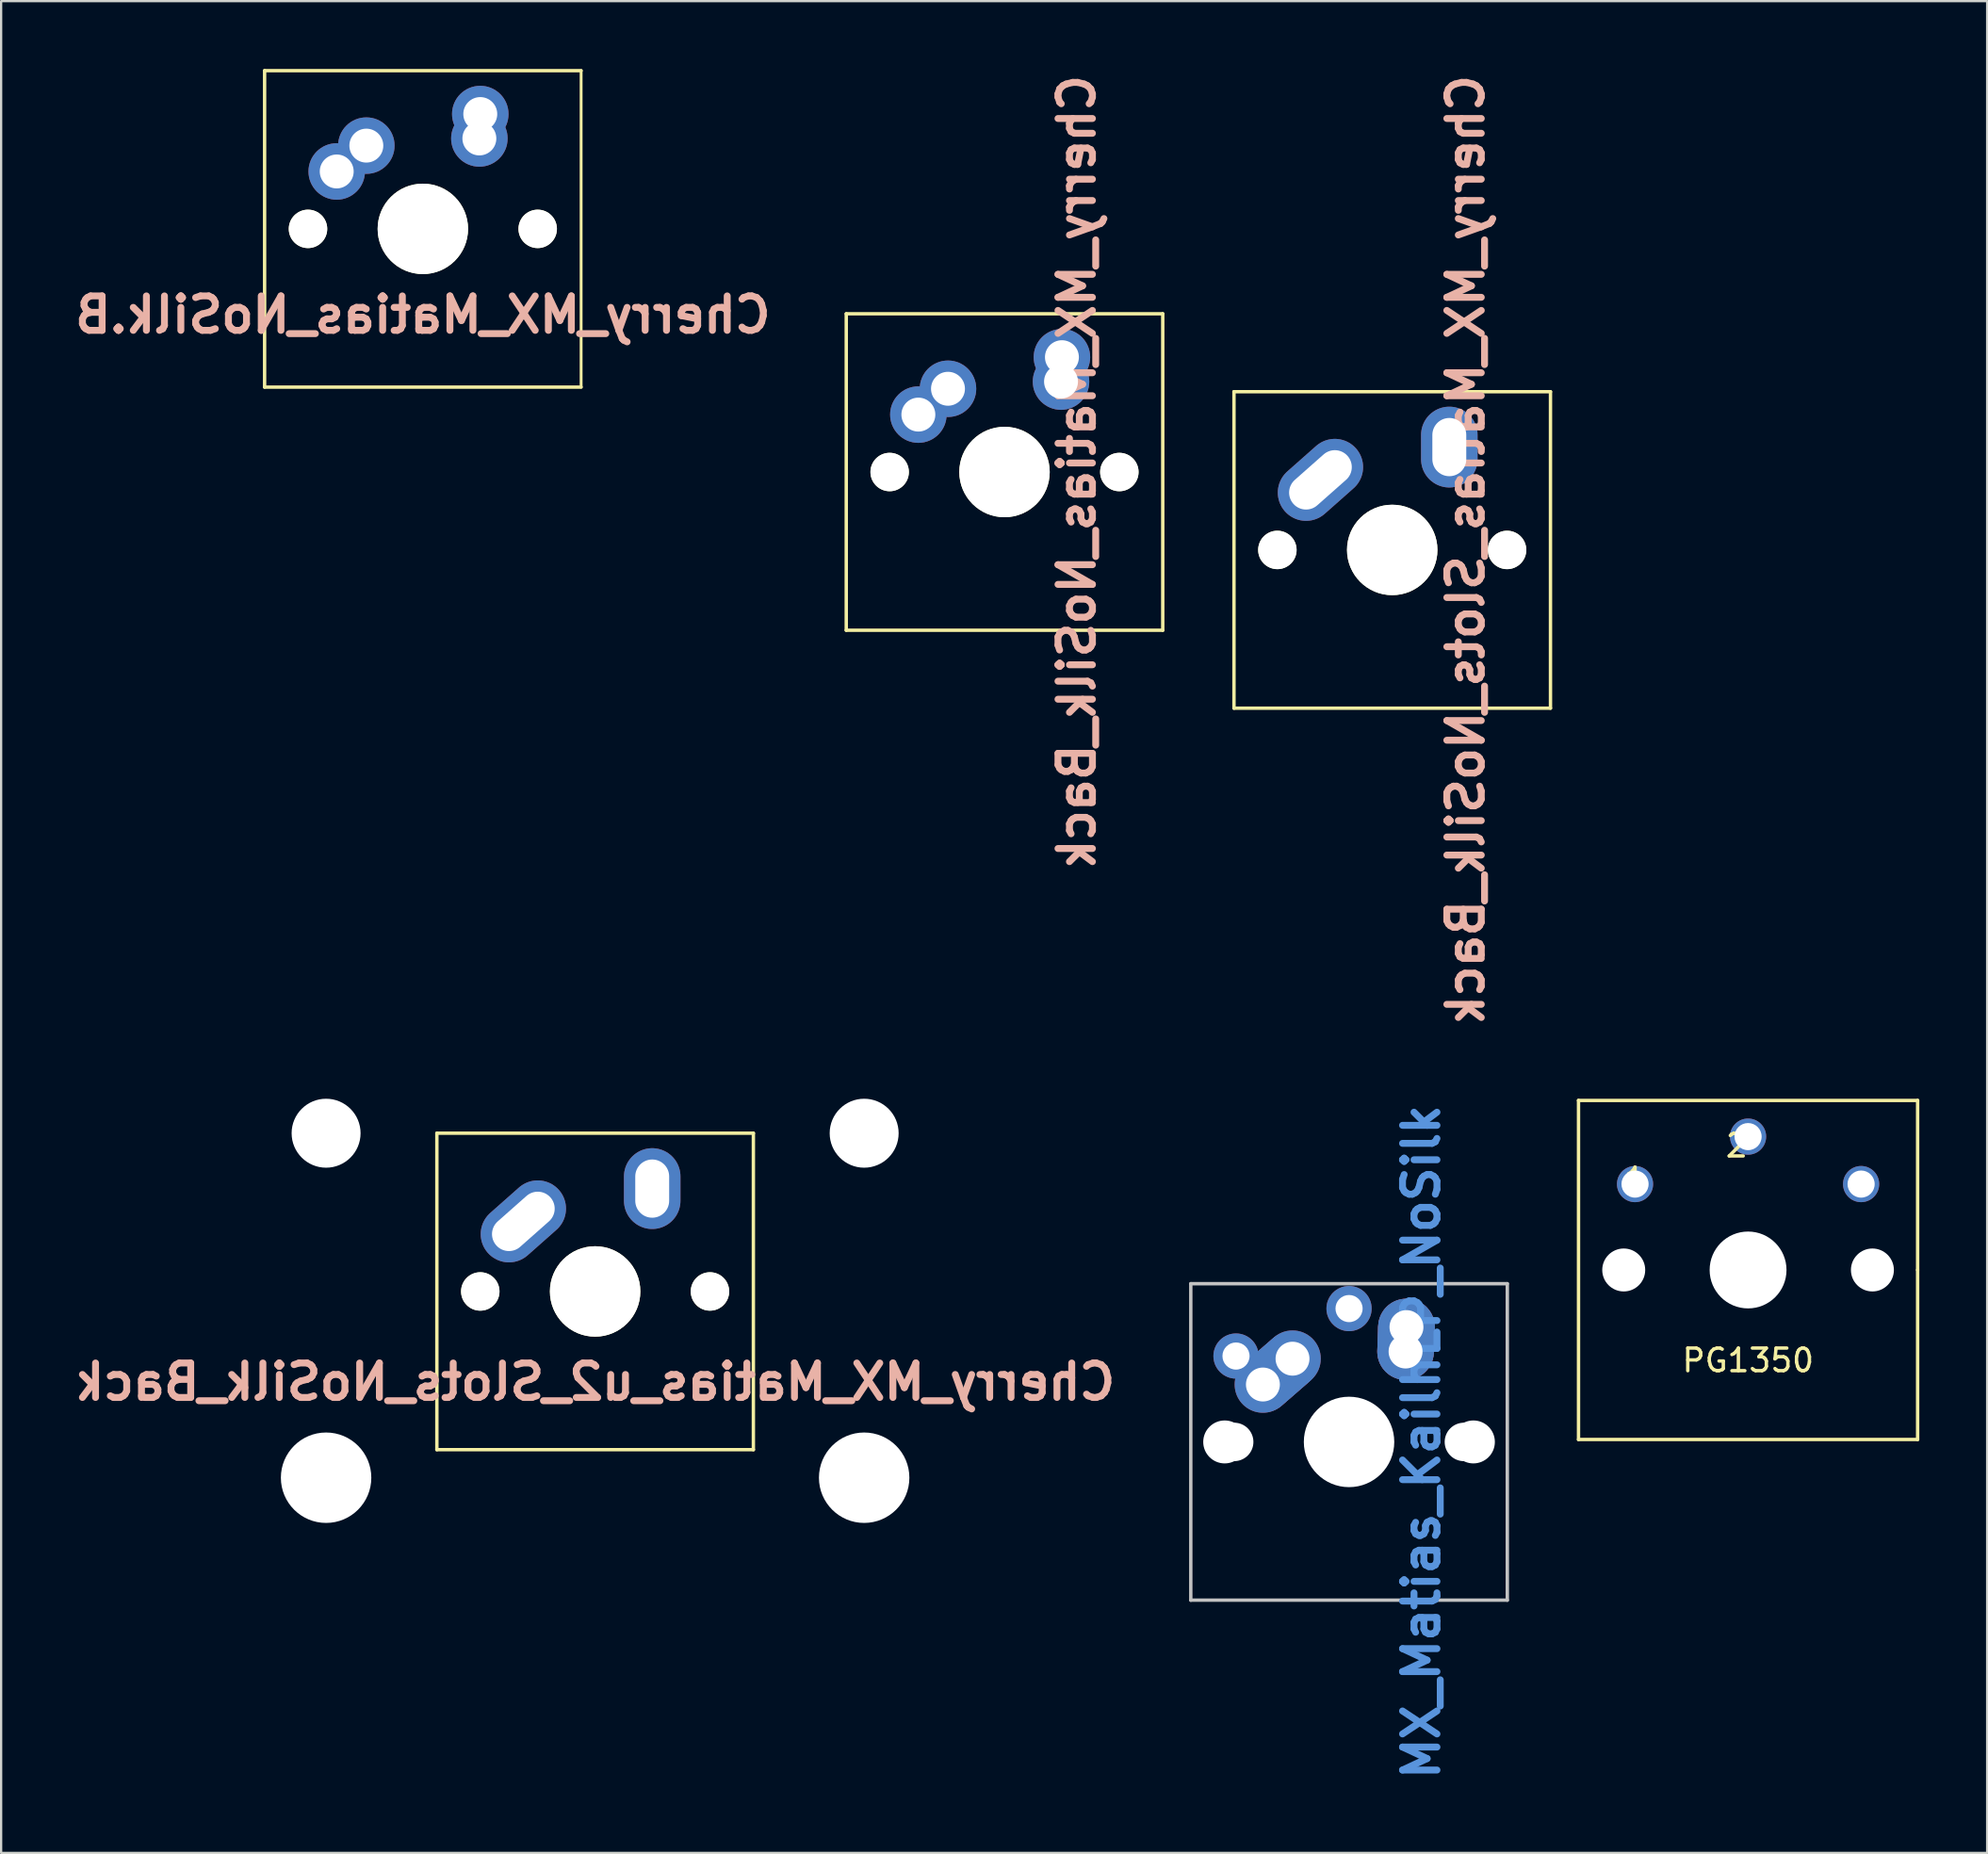
<source format=kicad_pcb>
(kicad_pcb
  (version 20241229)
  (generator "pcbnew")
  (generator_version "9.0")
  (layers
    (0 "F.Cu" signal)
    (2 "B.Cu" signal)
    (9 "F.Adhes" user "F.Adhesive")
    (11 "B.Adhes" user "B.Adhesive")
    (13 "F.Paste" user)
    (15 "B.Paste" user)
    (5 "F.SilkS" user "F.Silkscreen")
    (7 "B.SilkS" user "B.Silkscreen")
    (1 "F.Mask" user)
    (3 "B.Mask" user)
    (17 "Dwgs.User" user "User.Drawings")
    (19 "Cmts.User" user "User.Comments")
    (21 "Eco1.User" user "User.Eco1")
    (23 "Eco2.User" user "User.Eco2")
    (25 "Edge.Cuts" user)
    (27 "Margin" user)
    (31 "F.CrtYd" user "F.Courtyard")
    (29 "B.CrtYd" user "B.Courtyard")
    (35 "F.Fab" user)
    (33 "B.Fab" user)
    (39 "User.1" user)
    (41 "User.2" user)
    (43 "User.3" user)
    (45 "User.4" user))
  (footprint "Cherry_MX_Matias_NoSilk_Back"
    (layer "F.Cu")
    (at 41.382 17.831)
    (property "Reference" "Cherry_MX_Matias_NoSilk_Back" (at 3.2 0 90) (layer "B.SilkS") (effects (font (size 1.524 1.524) (thickness 0.305)) (justify mirror)))
    (attr through_hole)
    (fp_line (start -7 -7) (end 7 -7) (stroke (width 0.15) (type solid)) (layer "F.SilkS"))
    (fp_line (start -7 7) (end -7 -7) (stroke (width 0.15) (type solid)) (layer "F.SilkS"))
    (fp_line (start 7 -7) (end 7 7) (stroke (width 0.15) (type solid)) (layer "F.SilkS"))
    (fp_line (start 7 7) (end -7 7) (stroke (width 0.15) (type solid)) (layer "F.SilkS"))
    (pad "" np_thru_hole circle (at -5.08 0) (size 1.7 1.7) (drill 1.7) (layers "*.Cu" "*.Mask" "F.SilkS"))
    (pad "" np_thru_hole circle (at 0 0) (size 4 4) (drill 4) (layers "*.Cu" "*.Mask" "F.SilkS"))
    (pad "" np_thru_hole circle (at 5.08 0) (size 1.7 1.7) (drill 1.7) (layers "*.Cu" "*.Mask" "F.SilkS"))
    (pad "1" thru_hole circle (at -3.81 -2.54) (size 2.5 2.5) (drill 1.5) (layers "*.Cu" "*.Mask"))
    (pad "1" thru_hole circle (at -2.5 -3.683) (size 2.5 2.5) (drill 1.5) (layers "*.Cu" "*.Mask"))
    (pad "2" thru_hole circle (at 2.5 -4) (size 2.5 2.5) (drill 1.5) (layers "*.Cu" "*.Mask"))
    (pad "2" thru_hole circle (at 2.54 -5.08) (size 2.5 2.5) (drill 1.5) (layers "*.Cu" "*.Mask")))
  (footprint "Cherry_MX_Matias_Slots_NoSilk_Back"
    (layer "F.Cu")
    (at 58.532 21.278)
    (property "Reference" "Cherry_MX_Matias_Slots_NoSilk_Back" (at 3.25 0 90) (layer "B.SilkS") (effects (font (size 1.524 1.524) (thickness 0.305)) (justify mirror)))
    (attr through_hole)
    (fp_line (start -7 -7) (end 7 -7) (stroke (width 0.15) (type solid)) (layer "F.SilkS"))
    (fp_line (start -7 7) (end -7 -7) (stroke (width 0.15) (type solid)) (layer "F.SilkS"))
    (fp_line (start 7 -7) (end 7 7) (stroke (width 0.15) (type solid)) (layer "F.SilkS"))
    (fp_line (start 7 7) (end -7 7) (stroke (width 0.15) (type solid)) (layer "F.SilkS"))
    (pad "" np_thru_hole circle (at -5.08 0) (size 1.7 1.7) (drill 1.7) (layers "*.Cu" "*.Mask" "F.SilkS"))
    (pad "" np_thru_hole circle (at 0 0) (size 4 4) (drill 4) (layers "*.Cu" "*.Mask" "F.SilkS"))
    (pad "" np_thru_hole circle (at 5.08 0) (size 1.7 1.7) (drill 1.7) (layers "*.Cu" "*.Mask" "F.SilkS"))
    (pad "1" thru_hole oval (at -3.175 -3.1 311.5) (size 2.5 4.2) (drill oval 1.5 3.2) (layers "*.Cu" "*.Mask"))
    (pad "2" thru_hole oval (at 2.525 -4.55) (size 2.5 3.575) (drill oval 1.5 2.575) (layers "*.Cu" "*.Mask")))
  (footprint "MX_Matias_KailhLP_NoSilk"
    (layer "F.Cu")
    (at 56.622 60.738)
    (property "Reference" "MX_Matias_KailhLP_NoSilk" (at 3.2 0 90) (layer "Cmts.User") (effects (font (size 1.524 1.524) (thickness 0.305))))
    (attr through_hole)
    (fp_line (start -7 -7) (end 7 -7) (stroke (width 0.15) (type solid)) (layer "Dwgs.User"))
    (fp_line (start -7 7) (end -7 -7) (stroke (width 0.15) (type solid)) (layer "Dwgs.User"))
    (fp_line (start 7 -7) (end 7 7) (stroke (width 0.15) (type solid)) (layer "Dwgs.User"))
    (fp_line (start 7 7) (end -7 7) (stroke (width 0.15) (type solid)) (layer "Dwgs.User"))
    (pad "" np_thru_hole circle (at -5.5 0) (size 1.9 1.9) (drill 1.9) (layers "*.Cu" "*.Mask"))
    (pad "" np_thru_hole circle (at -5.08 0) (size 1.7 1.7) (drill 1.7) (layers "*.Cu" "*.Mask"))
    (pad "" np_thru_hole circle (at 0 0) (size 4 4) (drill 4) (layers "*.Cu" "*.Mask"))
    (pad "" np_thru_hole circle (at 5.08 0) (size 1.7 1.7) (drill 1.7) (layers "*.Cu" "*.Mask"))
    (pad "" np_thru_hole circle (at 5.5 0) (size 1.9 1.9) (drill 1.9) (layers "*.Cu" "*.Mask"))
    (pad "1" thru_hole circle (at -5 -3.8 311) (size 2 2) (drill 1.2) (layers "*.Cu" "*.Mask"))
    (pad "1" thru_hole oval (at -3.81 -2.54 311) (size 2.5 4.1) (drill 1.5 (offset 0 -0.8)) (layers "*.Cu" "*.Mask"))
    (pad "1" smd oval (at -3.18 -3.09 311) (size 2.5 4.1) (layers "F.Cu" "F.Mask"))
    (pad "1" smd oval (at -3.18 -3.09 311) (size 2.5 4.1) (layers "F.Mask" "B.Cu"))
    (pad "1" thru_hole circle (at -2.5 -3.683) (size 2.5 2.5) (drill 1.5) (layers "*.Cu" "*.Mask"))
    (pad "1" thru_hole circle (at 0 -5.9 311) (size 2 2) (drill 1.2) (layers "*.Cu" "*.Mask"))
    (pad "2" thru_hole oval (at 2.5 -4 358) (size 2.5 3.5) (drill 1.5 (offset 0 -0.5)) (layers "*.Cu" "*.Mask"))
    (pad "2" smd oval (at 2.52 -4.54 358) (size 2.5 3.6) (layers "F.Cu" "F.Mask"))
    (pad "2" smd oval (at 2.52 -4.54 358) (size 2.5 3.6) (layers "F.Mask" "B.Cu"))
    (pad "2" thru_hole circle (at 2.54 -5.08) (size 2.5 2.5) (drill 1.5) (layers "*.Cu" "*.Mask")))
  (footprint "Cherry_MX_Matias_u2_Slots_NoSilk_Back"
    (layer "F.Cu")
    (at 23.274 54.081)
    (property "Reference" "Cherry_MX_Matias_u2_Slots_NoSilk_Back" (at 0 4 180) (layer "B.SilkS") (effects (font (size 1.524 1.524) (thickness 0.305)) (justify mirror)))
    (attr through_hole)
    (fp_line (start -7 -7) (end 7 -7) (stroke (width 0.15) (type solid)) (layer "F.SilkS"))
    (fp_line (start -7 7) (end -7 -7) (stroke (width 0.15) (type solid)) (layer "F.SilkS"))
    (fp_line (start 7 -7) (end 7 7) (stroke (width 0.15) (type solid)) (layer "F.SilkS"))
    (fp_line (start 7 7) (end -7 7) (stroke (width 0.15) (type solid)) (layer "F.SilkS"))
    (pad "" np_thru_hole circle (at -11.9 -7) (size 3.05 3.05) (drill 3.05) (layers "*.Cu" "*.Mask"))
    (pad "" np_thru_hole circle (at -11.9 8.24) (size 4 4) (drill 4) (layers "*.Cu" "*.Mask"))
    (pad "" np_thru_hole circle (at -5.08 0) (size 1.7 1.7) (drill 1.7) (layers "*.Cu" "*.Mask" "F.SilkS"))
    (pad "" np_thru_hole circle (at 0 0) (size 4 4) (drill 4) (layers "*.Cu" "*.Mask" "F.SilkS"))
    (pad "" np_thru_hole circle (at 5.08 0) (size 1.7 1.7) (drill 1.7) (layers "*.Cu" "*.Mask" "F.SilkS"))
    (pad "" np_thru_hole circle (at 11.9 -7) (size 3.05 3.05) (drill 3.05) (layers "*.Cu" "*.Mask"))
    (pad "" np_thru_hole circle (at 11.9 8.24) (size 4 4) (drill 4) (layers "*.Cu" "*.Mask"))
    (pad "1" thru_hole oval (at -3.175 -3.1 311.5) (size 2.5 4.2) (drill oval 1.5 3.2) (layers "*.Cu" "*.Mask"))
    (pad "2" thru_hole oval (at 2.525 -4.55) (size 2.5 3.575) (drill oval 1.5 2.575) (layers "*.Cu" "*.Mask")))
  (footprint "Cherry_MX_Matias_NoSilk.B"
    (layer "F.Cu")
    (at 15.654 7.075)
    (property "Reference" "Cherry_MX_Matias_NoSilk.B" (at 0 3.8 180) (layer "B.SilkS") (effects (font (size 1.524 1.524) (thickness 0.305)) (justify mirror)))
    (attr through_hole)
    (fp_line (start -7 -7) (end 7 -7) (stroke (width 0.15) (type solid)) (layer "F.SilkS"))
    (fp_line (start -7 7) (end -7 -7) (stroke (width 0.15) (type solid)) (layer "F.SilkS"))
    (fp_line (start 7 7) (end -7 7) (stroke (width 0.15) (type solid)) (layer "F.SilkS"))
    (fp_line (start 7 7) (end 7 -7) (stroke (width 0.127) (type solid)) (layer "F.SilkS"))
    (pad "" np_thru_hole circle (at -5.08 0) (size 1.7 1.7) (drill 1.7) (layers "*.Cu" "*.Mask" "F.SilkS"))
    (pad "" np_thru_hole circle (at 0 0) (size 4 4) (drill 4) (layers "*.Cu" "*.Mask" "F.SilkS"))
    (pad "" np_thru_hole circle (at 5.08 0) (size 1.7 1.7) (drill 1.7) (layers "*.Cu" "*.Mask" "F.SilkS"))
    (pad "1" thru_hole circle (at -3.81 -2.54) (size 2.5 2.5) (drill 1.5) (layers "*.Cu" "*.Mask"))
    (pad "1" thru_hole circle (at -2.5 -3.683) (size 2.5 2.5) (drill 1.5) (layers "*.Cu" "*.Mask"))
    (pad "2" thru_hole circle (at 2.5 -4) (size 2.5 2.5) (drill 1.5) (layers "*.Cu" "*.Mask"))
    (pad "2" thru_hole circle (at 2.54 -5.08) (size 2.5 2.5) (drill 1.5) (layers "*.Cu" "*.Mask")))
  (footprint "PG1350"
    (layer "F.Cu")
    (at 74.272 53.131)
    (property "Reference" "PG1350" (at 0 4 0) (layer "F.SilkS") (effects (font (size 1 1) (thickness 0.15))))
    (attr through_hole)
    (fp_line (start -7.5 -7.5) (end -7.5 7.5) (stroke (width 0.15) (type solid)) (layer "F.SilkS"))
    (fp_line (start -7.5 7.5) (end 7.5 7.5) (stroke (width 0.15) (type solid)) (layer "F.SilkS"))
    (fp_line (start 7.5 -7.5) (end -7.5 -7.5) (stroke (width 0.15) (type solid)) (layer "F.SilkS"))
    (fp_line (start 7.5 0) (end 7.5 -7.5) (stroke (width 0.15) (type solid)) (layer "F.SilkS"))
    (fp_line (start 7.5 7.5) (end 7.5 0) (stroke (width 0.15) (type solid)) (layer "F.SilkS"))
    (fp_text user "1" (at -5 -4 0) (layer "F.SilkS") (effects (font (size 1 1) (thickness 0.15))))
    (fp_text user "2" (at -0.5 -5.5 0) (layer "F.SilkS") (effects (font (size 1 1) (thickness 0.15))))
    (pad "" np_thru_hole circle (at -5.5 0) (size 1.9 1.9) (drill 1.9) (layers "*.Cu" "*.Mask"))
    (pad "" np_thru_hole circle (at 0 0) (size 3.4 3.4) (drill 3.4) (layers "*.Cu" "*.Mask"))
    (pad "" np_thru_hole circle (at 5.5 0) (size 1.9 1.9) (drill 1.9) (layers "*.Cu" "*.Mask"))
    (pad "1" thru_hole circle (at -5 -3.8) (size 1.6 1.6) (drill 1.2) (layers "*.Cu" "*.Mask"))
    (pad "1" thru_hole circle (at 5 -3.8) (size 1.6 1.6) (drill 1.2) (layers "*.Cu" "*.Mask"))
    (pad "2" thru_hole circle (at 0 -5.9) (size 1.6 1.6) (drill 1.2) (layers "*.Cu" "*.Mask")))
  (gr_rect
    (start -3 -3)
    (end 84.847 78.92)
    (stroke (width 0.1) (type default))
    (fill no)
    (layer "Edge.Cuts")))
</source>
